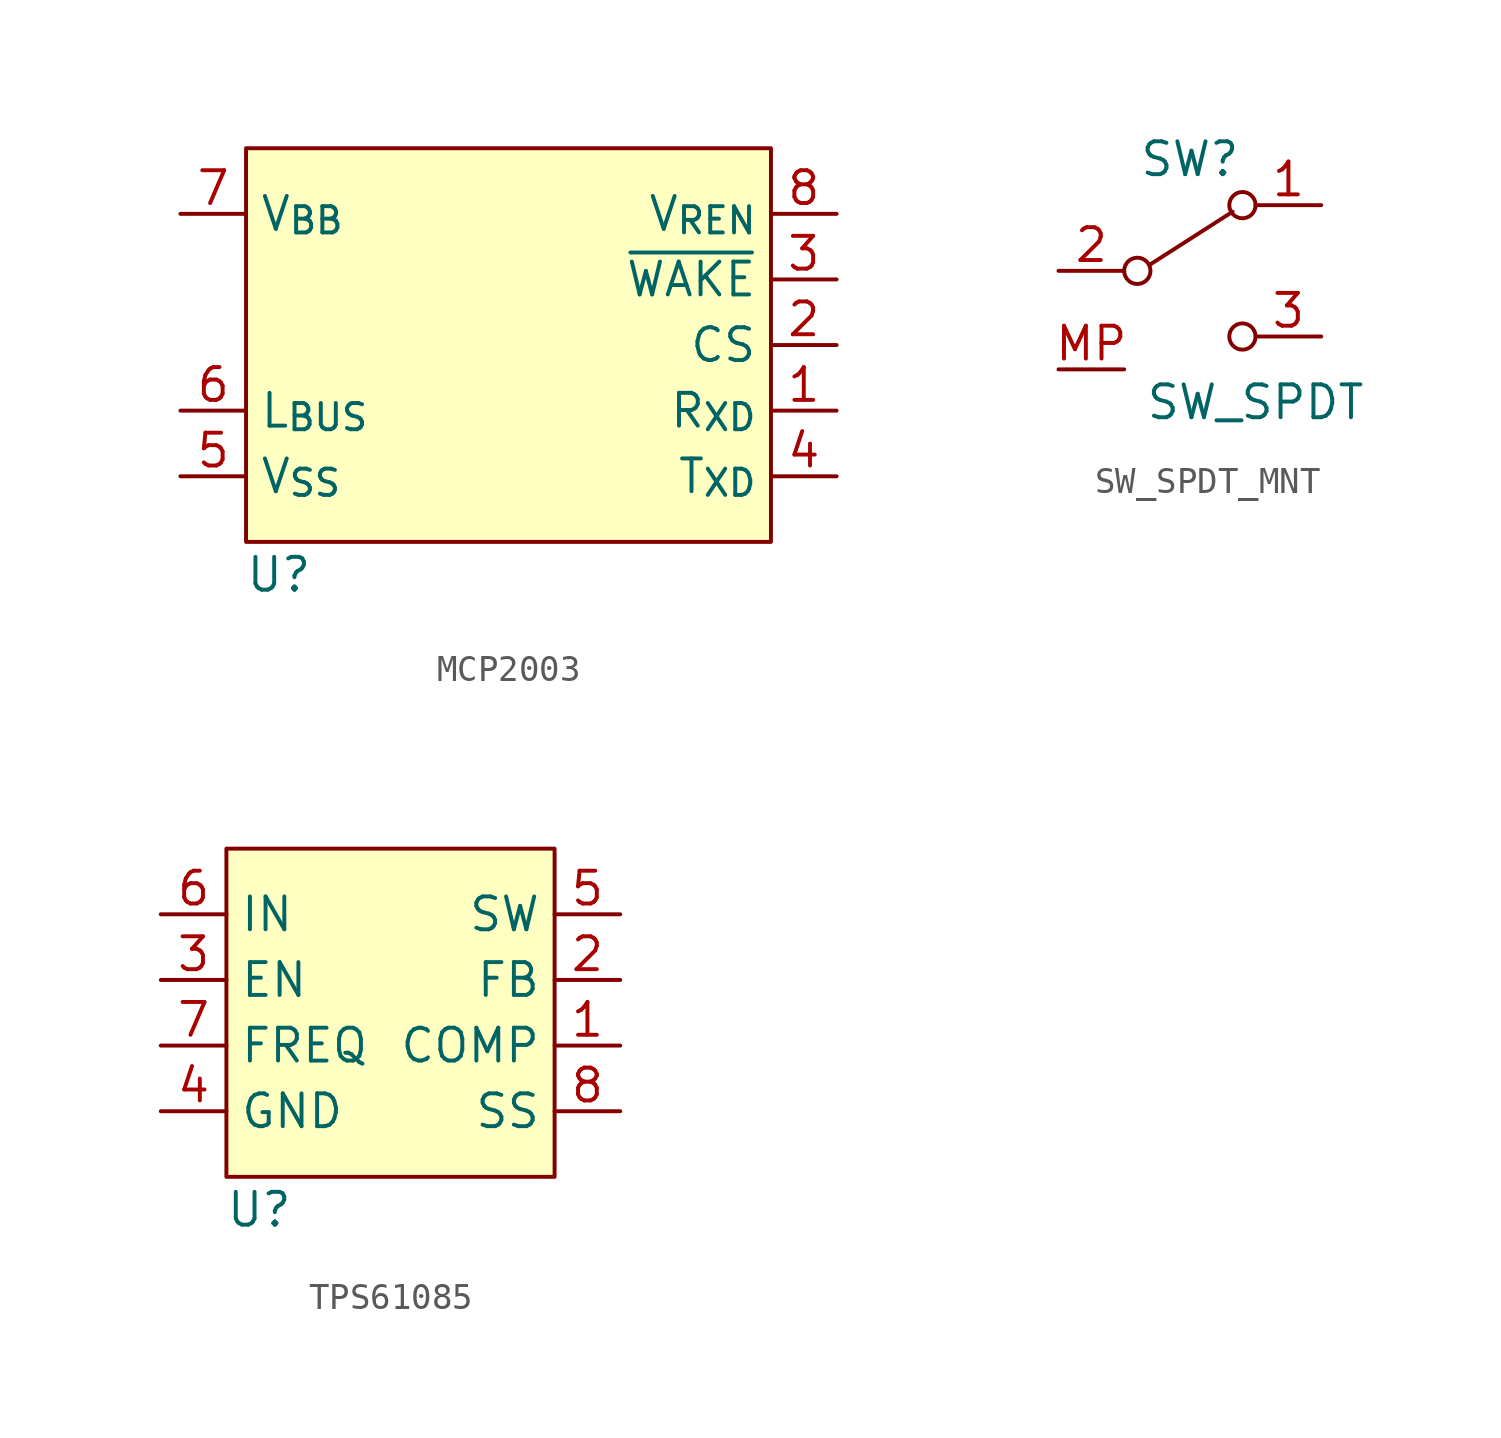
<source format=kicad_sym>
(kicad_symbol_lib
  (version 20220914)
  (generator kicad_symbol_editor)
  (symbol "MCP2003"
    (property "Reference" "U"
      (at -8.89 -8.89 0)
      (effects (font (size 1.27 1.27))))
    (property "Value" ""
      (at 0 0 0)
      (effects (font (size 1.27 1.27))))
    (symbol "MCP2003_1_1"
      (rectangle (start -10.16 7.62) (end 10.16 -7.62) (stroke (width 0) (type default)) (fill (type background)))
      (pin input line (at 12.7 -2.54 180) (length 2.54) (name "R_{XD}" (effects (font (size 1.27 1.27)))) (number "1" (effects (font (size 1.27 1.27)))))
      (pin input line (at 12.7 0 180) (length 2.54) (name "CS" (effects (font (size 1.27 1.27)))) (number "2" (effects (font (size 1.27 1.27)))))
      (pin input line (at 12.7 2.54 180) (length 2.54) (name "~{WAKE}" (effects (font (size 1.27 1.27)))) (number "3" (effects (font (size 1.27 1.27)))))
      (pin input line (at 12.7 -5.08 180) (length 2.54) (name "T_{XD}" (effects (font (size 1.27 1.27)))) (number "4" (effects (font (size 1.27 1.27)))))
      (pin input line (at -12.7 -5.08 0) (length 2.54) (name "V_{SS}" (effects (font (size 1.27 1.27)))) (number "5" (effects (font (size 1.27 1.27)))))
      (pin input line (at -12.7 -2.54 0) (length 2.54) (name "L_{BUS}" (effects (font (size 1.27 1.27)))) (number "6" (effects (font (size 1.27 1.27)))))
      (pin input line (at -12.7 5.08 0) (length 2.54) (name "V_{BB}" (effects (font (size 1.27 1.27)))) (number "7" (effects (font (size 1.27 1.27)))))
      (pin input line (at 12.7 5.08 180) (length 2.54) (name "V_{REN}" (effects (font (size 1.27 1.27)))) (number "8" (effects (font (size 1.27 1.27)))))))
  (symbol "SW_SPDT_MNT"
    (pin_names
      (offset 0) hide)
    (property "Reference" "SW"
      (at 0 4.318 0)
      (effects (font (size 1.27 1.27))))
    (property "Value" "SW_SPDT"
      (at 2.54 -5.08 0)
      (effects (font (size 1.27 1.27))))
    (symbol "SW_SPDT_MNT_0_0"
      (circle (center -2.032 0) (radius 0.508) (stroke (width 0) (type default)) (fill (type none)))
      (circle (center 2.032 -2.54) (radius 0.508) (stroke (width 0) (type default)) (fill (type none))))
    (symbol "SW_SPDT_MNT_0_1"
      (polyline (pts (xy -1.524 0.254) (xy 1.651 2.286)) (stroke (width 0) (type default)) (fill (type none)))
      (circle (center 2.032 2.54) (radius 0.508) (stroke (width 0) (type default)) (fill (type none))))
    (symbol "SW_SPDT_MNT_1_1"
      (pin passive line (at 5.08 2.54 180) (length 2.54) (name "A" (effects (font (size 1.27 1.27)))) (number "1" (effects (font (size 1.27 1.27)))))
      (pin passive line (at -5.08 0 0) (length 2.54) (name "B" (effects (font (size 1.27 1.27)))) (number "2" (effects (font (size 1.27 1.27)))))
      (pin passive line (at 5.08 -2.54 180) (length 2.54) (name "C" (effects (font (size 1.27 1.27)))) (number "3" (effects (font (size 1.27 1.27)))))
      (pin passive line (at -5.08 -3.81 0) (length 2.54) (name "MP" (effects (font (size 1.27 1.27)))) (number "MP" (effects (font (size 1.27 1.27)))))))
  (symbol "TPS61085"
    (property "Reference" "U"
      (at -5.08 -8.89 0)
      (effects (font (size 1.27 1.27))))
    (property "Value" ""
      (at 0 0 0)
      (effects (font (size 1.27 1.27))))
    (symbol "TPS61085_1_1"
      (rectangle (start -6.35 5.08) (end 6.35 -7.62) (stroke (width 0) (type default)) (fill (type background)))
      (pin input line (at 8.89 -2.54 180) (length 2.54) (name "COMP" (effects (font (size 1.27 1.27)))) (number "1" (effects (font (size 1.27 1.27)))))
      (pin input line (at 8.89 0 180) (length 2.54) (name "FB" (effects (font (size 1.27 1.27)))) (number "2" (effects (font (size 1.27 1.27)))))
      (pin input line (at -8.89 0 0) (length 2.54) (name "EN" (effects (font (size 1.27 1.27)))) (number "3" (effects (font (size 1.27 1.27)))))
      (pin input line (at -8.89 -5.08 0) (length 2.54) (name "GND" (effects (font (size 1.27 1.27)))) (number "4" (effects (font (size 1.27 1.27)))))
      (pin input line (at 8.89 2.54 180) (length 2.54) (name "SW" (effects (font (size 1.27 1.27)))) (number "5" (effects (font (size 1.27 1.27)))))
      (pin input line (at -8.89 2.54 0) (length 2.54) (name "IN" (effects (font (size 1.27 1.27)))) (number "6" (effects (font (size 1.27 1.27)))))
      (pin input line (at -8.89 -2.54 0) (length 2.54) (name "FREQ" (effects (font (size 1.27 1.27)))) (number "7" (effects (font (size 1.27 1.27)))))
      (pin input line (at 8.89 -5.08 180) (length 2.54) (name "SS" (effects (font (size 1.27 1.27)))) (number "8" (effects (font (size 1.27 1.27))))))))
</source>
